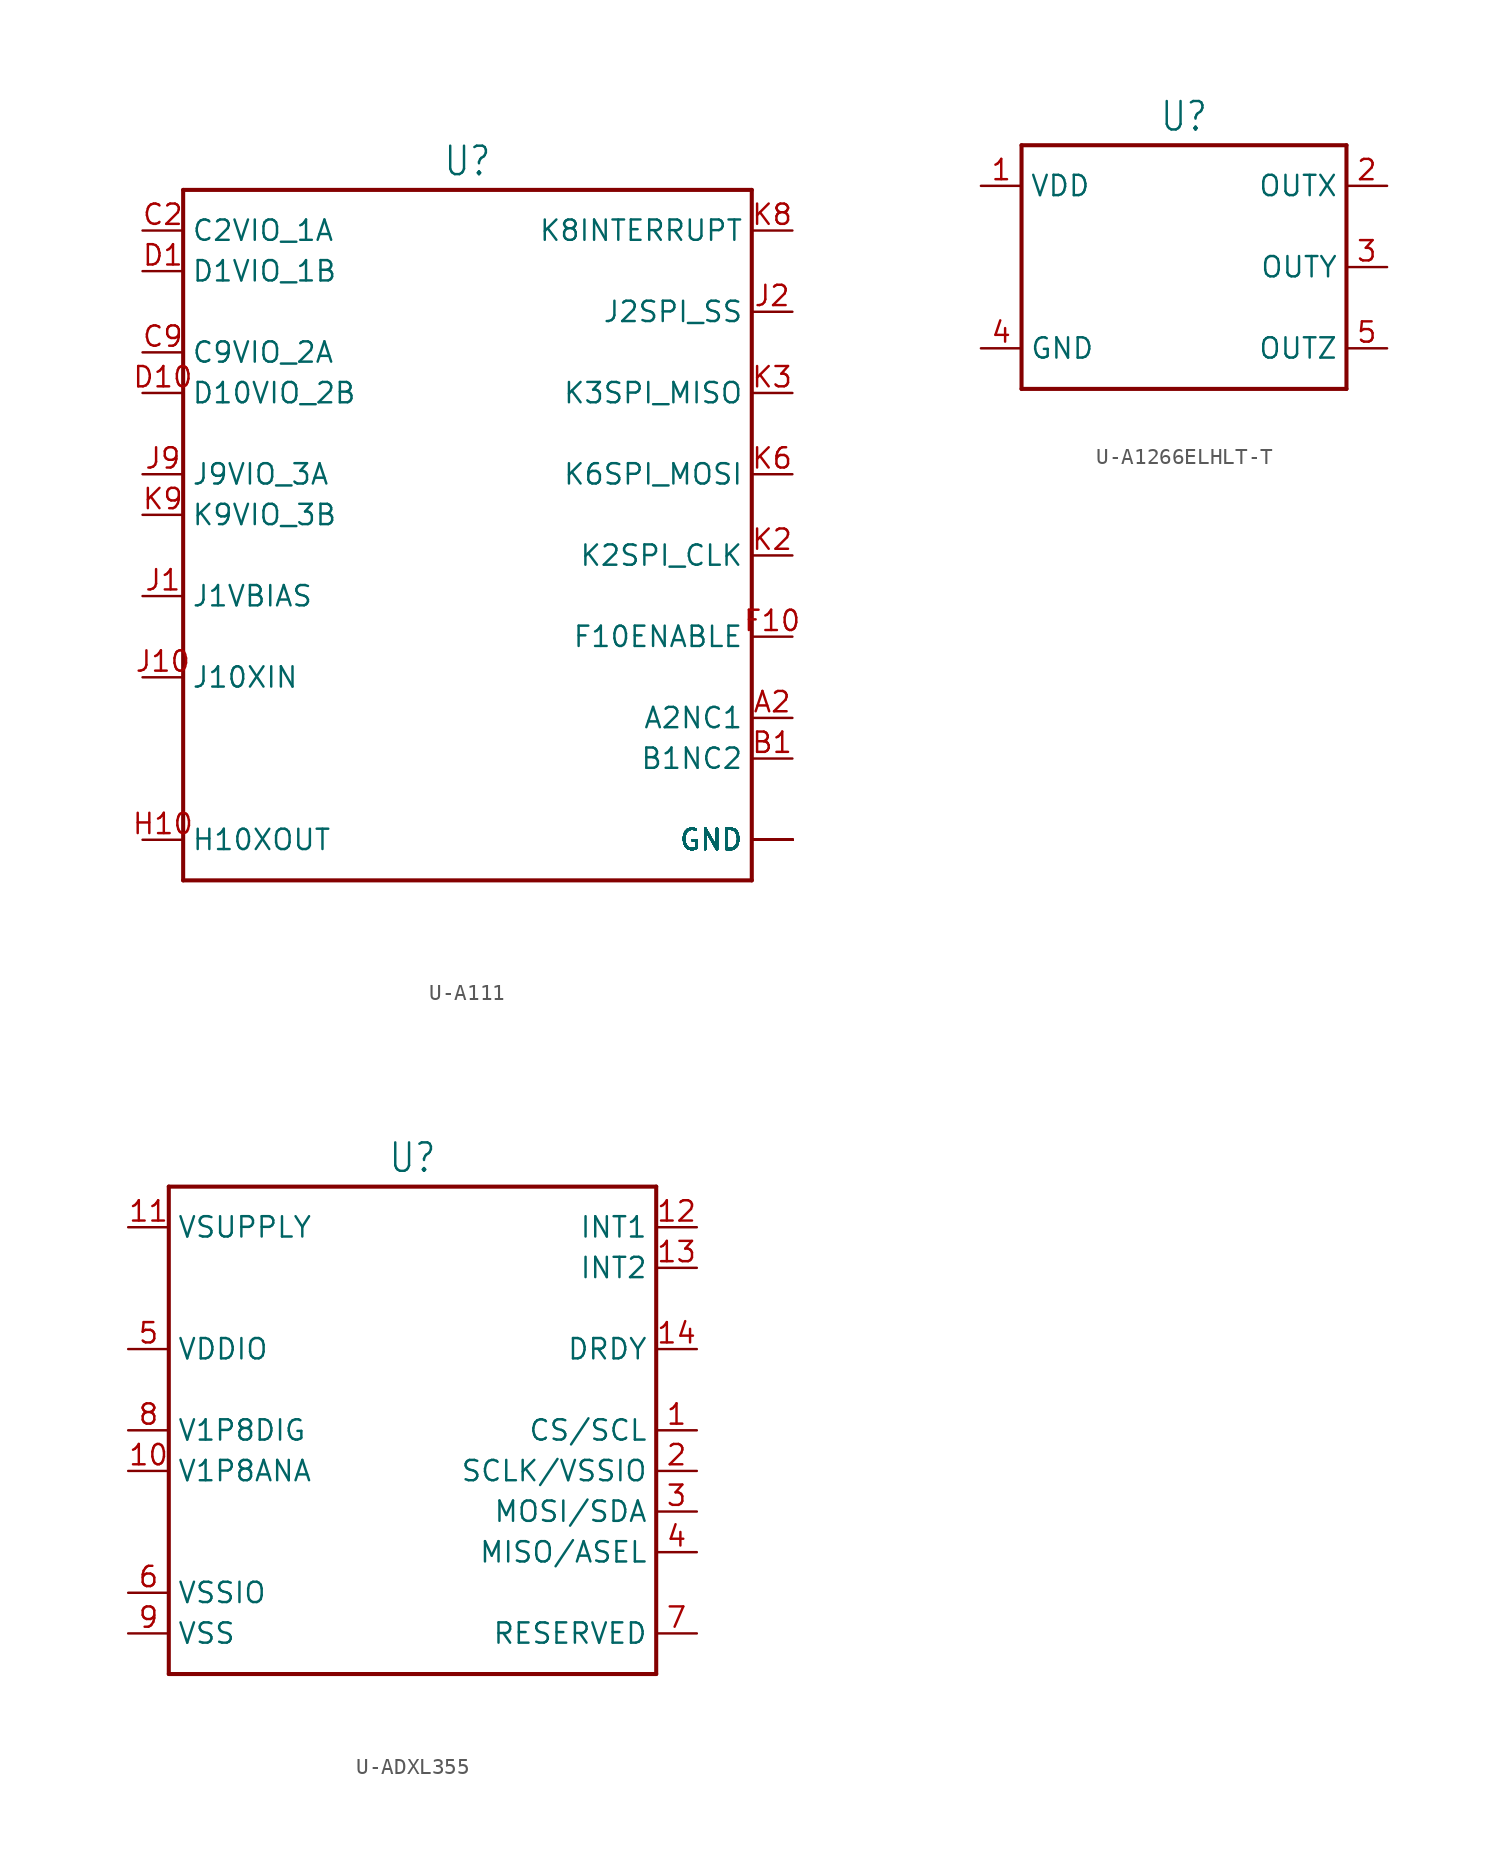
<source format=kicad_sym>
(kicad_symbol_lib
  (version 20231120)
  (generator "kicad_symbol_editor")
  (generator_version "8.0")
  (symbol "U-A111"
    (property "Reference" "U"
      (at 0 23.622 0)
      (effects (font (size 1.778 1.511)) (justify bottom)))
    (property "Value" ""
      (at 0 -21.082 0)
      (effects (font (size 1.778 1.511)) (justify top)))
    (property "ki_locked" ""
      (at 0 0 0)
      (effects (font (size 1.27 1.27))))
    (symbol "U-A111_1_0"
      (polyline (pts (xy -17.78 -20.32) (xy -17.78 22.86)) (stroke (width 0.254) (type solid)) (fill (type none)))
      (polyline (pts (xy -17.78 22.86) (xy 17.78 22.86)) (stroke (width 0.254) (type solid)) (fill (type none)))
      (polyline (pts (xy 17.78 -20.32) (xy -17.78 -20.32)) (stroke (width 0.254) (type solid)) (fill (type none)))
      (polyline (pts (xy 17.78 22.86) (xy 17.78 -20.32)) (stroke (width 0.254) (type solid)) (fill (type none)))
      (pin passive line (at 20.32 -10.16 180) (length 2.54) (name "A2NC1" (effects (font (size 1.27 1.27)))) (number "A2" (effects (font (size 1.27 1.27)))))
      (pin passive line (at 20.32 -17.78 180) (length 2.54) (name "GND" (effects (font (size 1.27 1.27)))) (number "A3" (effects (font (size 0 0)))))
      (pin passive line (at 20.32 -17.78 180) (length 2.54) (name "GND" (effects (font (size 1.27 1.27)))) (number "A4" (effects (font (size 0 0)))))
      (pin passive line (at 20.32 -17.78 180) (length 2.54) (name "GND" (effects (font (size 1.27 1.27)))) (number "A5" (effects (font (size 0 0)))))
      (pin passive line (at 20.32 -17.78 180) (length 2.54) (name "GND" (effects (font (size 1.27 1.27)))) (number "A6" (effects (font (size 0 0)))))
      (pin passive line (at 20.32 -17.78 180) (length 2.54) (name "GND" (effects (font (size 1.27 1.27)))) (number "A7" (effects (font (size 0 0)))))
      (pin passive line (at 20.32 -17.78 180) (length 2.54) (name "GND" (effects (font (size 1.27 1.27)))) (number "A8" (effects (font (size 0 0)))))
      (pin passive line (at 20.32 -17.78 180) (length 2.54) (name "GND" (effects (font (size 1.27 1.27)))) (number "A9" (effects (font (size 0 0)))))
      (pin passive line (at 20.32 -12.7 180) (length 2.54) (name "B1NC2" (effects (font (size 1.27 1.27)))) (number "B1" (effects (font (size 1.27 1.27)))))
      (pin passive line (at 20.32 -17.78 180) (length 2.54) (name "GND" (effects (font (size 1.27 1.27)))) (number "B10" (effects (font (size 0 0)))))
      (pin passive line (at 20.32 -17.78 180) (length 2.54) (name "GND" (effects (font (size 1.27 1.27)))) (number "B2" (effects (font (size 0 0)))))
      (pin passive line (at 20.32 -17.78 180) (length 2.54) (name "GND" (effects (font (size 1.27 1.27)))) (number "B9" (effects (font (size 0 0)))))
      (pin passive line (at 20.32 -17.78 180) (length 2.54) (name "GND" (effects (font (size 1.27 1.27)))) (number "C1" (effects (font (size 0 0)))))
      (pin passive line (at 20.32 -17.78 180) (length 2.54) (name "GND" (effects (font (size 1.27 1.27)))) (number "C10" (effects (font (size 0 0)))))
      (pin passive line (at -20.32 20.32 0) (length 2.54) (name "C2VIO_1A" (effects (font (size 1.27 1.27)))) (number "C2" (effects (font (size 1.27 1.27)))))
      (pin passive line (at -20.32 12.7 0) (length 2.54) (name "C9VIO_2A" (effects (font (size 1.27 1.27)))) (number "C9" (effects (font (size 1.27 1.27)))))
      (pin passive line (at -20.32 17.78 0) (length 2.54) (name "D1VIO_1B" (effects (font (size 1.27 1.27)))) (number "D1" (effects (font (size 1.27 1.27)))))
      (pin passive line (at -20.32 10.16 0) (length 2.54) (name "D10VIO_2B" (effects (font (size 1.27 1.27)))) (number "D10" (effects (font (size 1.27 1.27)))))
      (pin passive line (at 20.32 -17.78 180) (length 2.54) (name "GND" (effects (font (size 1.27 1.27)))) (number "D2" (effects (font (size 0 0)))))
      (pin passive line (at 20.32 -17.78 180) (length 2.54) (name "GND" (effects (font (size 1.27 1.27)))) (number "D9" (effects (font (size 0 0)))))
      (pin passive line (at 20.32 -17.78 180) (length 2.54) (name "GND" (effects (font (size 1.27 1.27)))) (number "E1" (effects (font (size 0 0)))))
      (pin passive line (at 20.32 -17.78 180) (length 2.54) (name "GND" (effects (font (size 1.27 1.27)))) (number "E10" (effects (font (size 0 0)))))
      (pin passive line (at 20.32 -17.78 180) (length 2.54) (name "GND" (effects (font (size 1.27 1.27)))) (number "E2" (effects (font (size 0 0)))))
      (pin passive line (at 20.32 -17.78 180) (length 2.54) (name "GND" (effects (font (size 1.27 1.27)))) (number "E9" (effects (font (size 0 0)))))
      (pin passive line (at 20.32 -17.78 180) (length 2.54) (name "GND" (effects (font (size 1.27 1.27)))) (number "F1" (effects (font (size 0 0)))))
      (pin passive line (at 20.32 -5.08 180) (length 2.54) (name "F10ENABLE" (effects (font (size 1.27 1.27)))) (number "F10" (effects (font (size 1.27 1.27)))))
      (pin passive line (at 20.32 -17.78 180) (length 2.54) (name "GND" (effects (font (size 1.27 1.27)))) (number "F2" (effects (font (size 0 0)))))
      (pin passive line (at 20.32 -17.78 180) (length 2.54) (name "GND" (effects (font (size 1.27 1.27)))) (number "F9" (effects (font (size 0 0)))))
      (pin passive line (at 20.32 -17.78 180) (length 2.54) (name "GND" (effects (font (size 1.27 1.27)))) (number "G1" (effects (font (size 0 0)))))
      (pin passive line (at 20.32 -17.78 180) (length 2.54) (name "GND" (effects (font (size 1.27 1.27)))) (number "G10" (effects (font (size 0 0)))))
      (pin passive line (at 20.32 -17.78 180) (length 2.54) (name "GND" (effects (font (size 1.27 1.27)))) (number "H1" (effects (font (size 0 0)))))
      (pin passive line (at -20.32 -17.78 0) (length 2.54) (name "H10XOUT" (effects (font (size 1.27 1.27)))) (number "H10" (effects (font (size 1.27 1.27)))))
      (pin passive line (at 20.32 -17.78 180) (length 2.54) (name "GND" (effects (font (size 1.27 1.27)))) (number "H2" (effects (font (size 0 0)))))
      (pin passive line (at 20.32 -17.78 180) (length 2.54) (name "GND" (effects (font (size 1.27 1.27)))) (number "H9" (effects (font (size 0 0)))))
      (pin passive line (at -20.32 -2.54 0) (length 2.54) (name "J1VBIAS" (effects (font (size 1.27 1.27)))) (number "J1" (effects (font (size 1.27 1.27)))))
      (pin passive line (at -20.32 -7.62 0) (length 2.54) (name "J10XIN" (effects (font (size 1.27 1.27)))) (number "J10" (effects (font (size 1.27 1.27)))))
      (pin passive line (at 20.32 15.24 180) (length 2.54) (name "J2SPI_SS" (effects (font (size 1.27 1.27)))) (number "J2" (effects (font (size 1.27 1.27)))))
      (pin passive line (at 20.32 -17.78 180) (length 2.54) (name "GND" (effects (font (size 1.27 1.27)))) (number "J3" (effects (font (size 0 0)))))
      (pin passive line (at 20.32 -17.78 180) (length 2.54) (name "GND" (effects (font (size 1.27 1.27)))) (number "J5" (effects (font (size 0 0)))))
      (pin passive line (at 20.32 -17.78 180) (length 2.54) (name "GND" (effects (font (size 1.27 1.27)))) (number "J6" (effects (font (size 0 0)))))
      (pin passive line (at 20.32 -17.78 180) (length 2.54) (name "GND" (effects (font (size 1.27 1.27)))) (number "J8" (effects (font (size 0 0)))))
      (pin passive line (at -20.32 5.08 0) (length 2.54) (name "J9VIO_3A" (effects (font (size 1.27 1.27)))) (number "J9" (effects (font (size 1.27 1.27)))))
      (pin passive line (at 20.32 0 180) (length 2.54) (name "K2SPI_CLK" (effects (font (size 1.27 1.27)))) (number "K2" (effects (font (size 1.27 1.27)))))
      (pin passive line (at 20.32 10.16 180) (length 2.54) (name "K3SPI_MISO" (effects (font (size 1.27 1.27)))) (number "K3" (effects (font (size 1.27 1.27)))))
      (pin passive line (at 20.32 -17.78 180) (length 2.54) (name "GND" (effects (font (size 1.27 1.27)))) (number "K4" (effects (font (size 0 0)))))
      (pin passive line (at 20.32 -17.78 180) (length 2.54) (name "GND" (effects (font (size 1.27 1.27)))) (number "K5" (effects (font (size 0 0)))))
      (pin passive line (at 20.32 5.08 180) (length 2.54) (name "K6SPI_MOSI" (effects (font (size 1.27 1.27)))) (number "K6" (effects (font (size 1.27 1.27)))))
      (pin passive line (at 20.32 -17.78 180) (length 2.54) (name "GND" (effects (font (size 1.27 1.27)))) (number "K7" (effects (font (size 0 0)))))
      (pin passive line (at 20.32 20.32 180) (length 2.54) (name "K8INTERRUPT" (effects (font (size 1.27 1.27)))) (number "K8" (effects (font (size 1.27 1.27)))))
      (pin passive line (at -20.32 2.54 0) (length 2.54) (name "K9VIO_3B" (effects (font (size 1.27 1.27)))) (number "K9" (effects (font (size 1.27 1.27)))))))
  (symbol "U-A1266ELHLT-T"
    (property "Reference" "U"
      (at 0 8.382 0)
      (effects (font (size 1.778 1.511)) (justify bottom)))
    (property "Value" ""
      (at 0 -8.382 0)
      (effects (font (size 1.778 1.511)) (justify top)))
    (property "ki_locked" ""
      (at 0 0 0)
      (effects (font (size 1.27 1.27))))
    (symbol "U-A1266ELHLT-T_1_0"
      (polyline (pts (xy -10.16 -7.62) (xy -10.16 7.62)) (stroke (width 0.254) (type solid)) (fill (type none)))
      (polyline (pts (xy -10.16 7.62) (xy 10.16 7.62)) (stroke (width 0.254) (type solid)) (fill (type none)))
      (polyline (pts (xy 10.16 -7.62) (xy -10.16 -7.62)) (stroke (width 0.254) (type solid)) (fill (type none)))
      (polyline (pts (xy 10.16 7.62) (xy 10.16 -7.62)) (stroke (width 0.254) (type solid)) (fill (type none)))
      (pin passive line (at -12.7 5.08 0) (length 2.54) (name "VDD" (effects (font (size 1.27 1.27)))) (number "1" (effects (font (size 1.27 1.27)))))
      (pin passive line (at 12.7 5.08 180) (length 2.54) (name "OUTX" (effects (font (size 1.27 1.27)))) (number "2" (effects (font (size 1.27 1.27)))))
      (pin passive line (at 12.7 0 180) (length 2.54) (name "OUTY" (effects (font (size 1.27 1.27)))) (number "3" (effects (font (size 1.27 1.27)))))
      (pin passive line (at -12.7 -5.08 0) (length 2.54) (name "GND" (effects (font (size 1.27 1.27)))) (number "4" (effects (font (size 1.27 1.27)))))
      (pin passive line (at 12.7 -5.08 180) (length 2.54) (name "OUTZ" (effects (font (size 1.27 1.27)))) (number "5" (effects (font (size 1.27 1.27)))))))
  (symbol "U-ADXL355"
    (property "Reference" "U"
      (at 0 16.002 0)
      (effects (font (size 1.778 1.511)) (justify bottom)))
    (property "Value" ""
      (at 0 -16.002 0)
      (effects (font (size 1.778 1.511)) (justify top)))
    (property "ki_locked" ""
      (at 0 0 0)
      (effects (font (size 1.27 1.27))))
    (symbol "U-ADXL355_1_0"
      (polyline (pts (xy -15.24 -15.24) (xy -15.24 15.24)) (stroke (width 0.254) (type solid)) (fill (type none)))
      (polyline (pts (xy -15.24 15.24) (xy 15.24 15.24)) (stroke (width 0.254) (type solid)) (fill (type none)))
      (polyline (pts (xy 15.24 -15.24) (xy -15.24 -15.24)) (stroke (width 0.254) (type solid)) (fill (type none)))
      (polyline (pts (xy 15.24 15.24) (xy 15.24 -15.24)) (stroke (width 0.254) (type solid)) (fill (type none)))
      (pin passive line (at 17.78 0 180) (length 2.54) (name "CS/SCL" (effects (font (size 1.27 1.27)))) (number "1" (effects (font (size 1.27 1.27)))))
      (pin passive line (at -17.78 -2.54 0) (length 2.54) (name "V1P8ANA" (effects (font (size 1.27 1.27)))) (number "10" (effects (font (size 1.27 1.27)))))
      (pin passive line (at -17.78 12.7 0) (length 2.54) (name "VSUPPLY" (effects (font (size 1.27 1.27)))) (number "11" (effects (font (size 1.27 1.27)))))
      (pin passive line (at 17.78 12.7 180) (length 2.54) (name "INT1" (effects (font (size 1.27 1.27)))) (number "12" (effects (font (size 1.27 1.27)))))
      (pin passive line (at 17.78 10.16 180) (length 2.54) (name "INT2" (effects (font (size 1.27 1.27)))) (number "13" (effects (font (size 1.27 1.27)))))
      (pin passive line (at 17.78 5.08 180) (length 2.54) (name "DRDY" (effects (font (size 1.27 1.27)))) (number "14" (effects (font (size 1.27 1.27)))))
      (pin passive line (at 17.78 -2.54 180) (length 2.54) (name "SCLK/VSSIO" (effects (font (size 1.27 1.27)))) (number "2" (effects (font (size 1.27 1.27)))))
      (pin passive line (at 17.78 -5.08 180) (length 2.54) (name "MOSI/SDA" (effects (font (size 1.27 1.27)))) (number "3" (effects (font (size 1.27 1.27)))))
      (pin passive line (at 17.78 -7.62 180) (length 2.54) (name "MISO/ASEL" (effects (font (size 1.27 1.27)))) (number "4" (effects (font (size 1.27 1.27)))))
      (pin passive line (at -17.78 5.08 0) (length 2.54) (name "VDDIO" (effects (font (size 1.27 1.27)))) (number "5" (effects (font (size 1.27 1.27)))))
      (pin passive line (at -17.78 -10.16 0) (length 2.54) (name "VSSIO" (effects (font (size 1.27 1.27)))) (number "6" (effects (font (size 1.27 1.27)))))
      (pin passive line (at 17.78 -12.7 180) (length 2.54) (name "RESERVED" (effects (font (size 1.27 1.27)))) (number "7" (effects (font (size 1.27 1.27)))))
      (pin passive line (at -17.78 0 0) (length 2.54) (name "V1P8DIG" (effects (font (size 1.27 1.27)))) (number "8" (effects (font (size 1.27 1.27)))))
      (pin passive line (at -17.78 -12.7 0) (length 2.54) (name "VSS" (effects (font (size 1.27 1.27)))) (number "9" (effects (font (size 1.27 1.27))))))))
</source>
